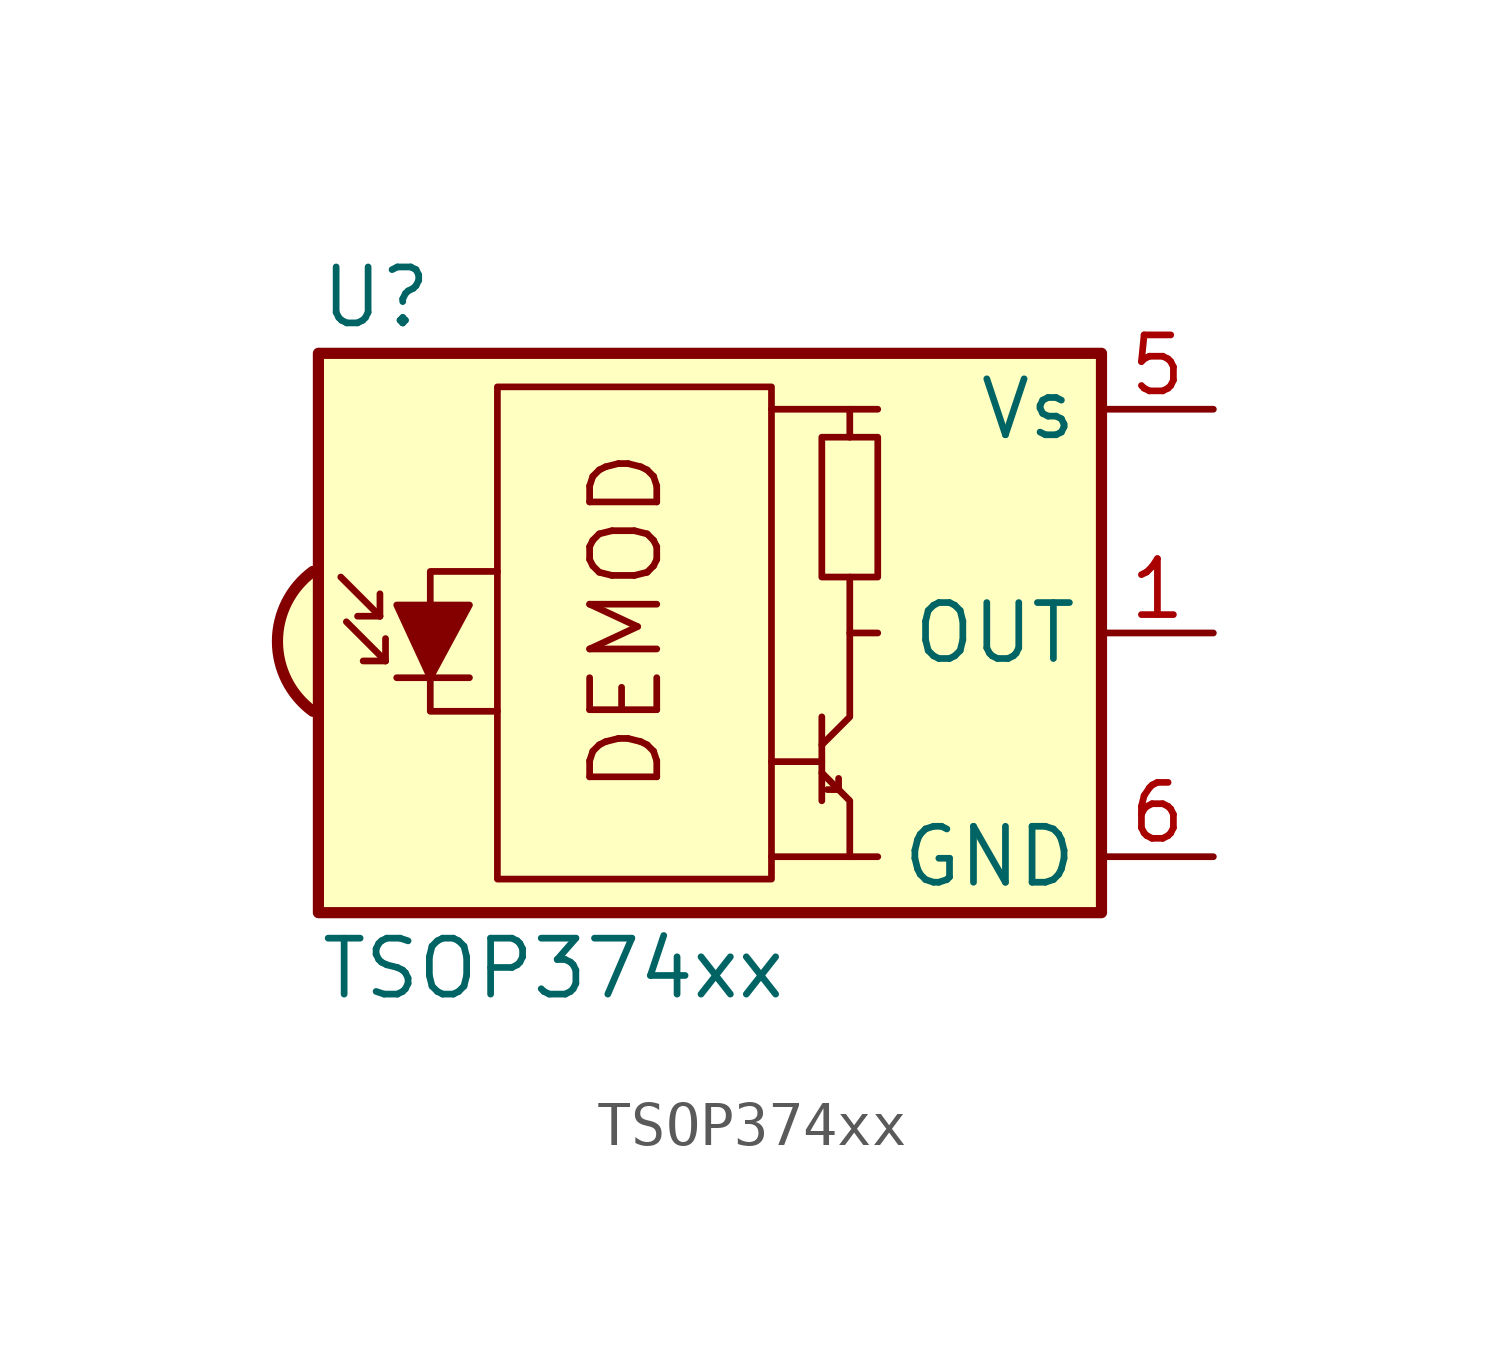
<source format=kicad_sym>
(kicad_symbol_lib
  (version 20241209)
  (generator "kicad_symbol_editor")
  (generator_version "9.0")
  (symbol "TSOP374xx"
    (property "Reference" "U"
      (at -10.16 7.62 0)
      (effects (font (size 1.27 1.27)) (justify left)))
    (property "Value" "TSOP374xx"
      (at -10.16 -7.62 0)
      (effects (font (size 1.27 1.27)) (justify left)))
    (symbol "TSOP374xx_0_0"
      (arc (start -10.287 -1.778) (mid -11.0899 -0.1905) (end -10.287 1.397) (stroke (width 0.254) (type default)) (fill (type background)))
      (polyline (pts (xy 1.905 5.08) (xy 0.127 5.08)) (stroke (width 0) (type default)) (fill (type none)))
      (polyline (pts (xy 1.905 -5.08) (xy 0.127 -5.08)) (stroke (width 0) (type default)) (fill (type none)))
      (text "DEMOD" (at -3.175 0.254 900) (effects (font (size 1.524 1.524)))))
    (symbol "TSOP374xx_0_1"
      (polyline (pts (xy -8.763 0.381) (xy -9.652 1.27)) (stroke (width 0) (type default)) (fill (type none)))
      (polyline (pts (xy -8.763 0.381) (xy -9.271 0.381)) (stroke (width 0) (type default)) (fill (type none)))
      (polyline (pts (xy -8.763 0.381) (xy -8.763 0.889)) (stroke (width 0) (type default)) (fill (type none)))
      (polyline (pts (xy -8.636 -0.635) (xy -9.525 0.254)) (stroke (width 0) (type default)) (fill (type none)))
      (polyline (pts (xy -8.636 -0.635) (xy -9.144 -0.635)) (stroke (width 0) (type default)) (fill (type none)))
      (polyline (pts (xy -8.636 -0.635) (xy -8.636 -0.127)) (stroke (width 0) (type default)) (fill (type none)))
      (polyline (pts (xy -8.382 0.635) (xy -6.731 0.635) (xy -7.62 -1.016) (xy -8.382 0.635)) (stroke (width 0) (type default)) (fill (type outline)))
      (polyline (pts (xy -8.382 -1.016) (xy -6.731 -1.016)) (stroke (width 0) (type default)) (fill (type none)))
      (rectangle (start -6.096 5.588) (end 0.127 -5.588) (stroke (width 0) (type default)) (fill (type none)))
      (polyline (pts (xy -6.096 1.397) (xy -7.62 1.397) (xy -7.62 -1.778) (xy -6.096 -1.778)) (stroke (width 0) (type default)) (fill (type none)))
      (polyline (pts (xy 1.27 -1.905) (xy 1.27 -3.81)) (stroke (width 0) (type default)) (fill (type none)))
      (polyline (pts (xy 1.27 -2.54) (xy 1.905 -1.905) (xy 1.905 0) (xy 2.54 0)) (stroke (width 0) (type default)) (fill (type none)))
      (polyline (pts (xy 1.27 -2.921) (xy 0.127 -2.921)) (stroke (width 0) (type default)) (fill (type none)))
      (polyline (pts (xy 1.27 -3.175) (xy 1.905 -3.81) (xy 1.905 -5.08) (xy 2.54 -5.08)) (stroke (width 0) (type default)) (fill (type none)))
      (polyline (pts (xy 1.397 -3.556) (xy 1.524 -3.556)) (stroke (width 0) (type default)) (fill (type none)))
      (polyline (pts (xy 1.651 -3.556) (xy 1.524 -3.556)) (stroke (width 0) (type default)) (fill (type none)))
      (polyline (pts (xy 1.651 -3.556) (xy 1.651 -3.302)) (stroke (width 0) (type default)) (fill (type none)))
      (polyline (pts (xy 1.905 4.445) (xy 1.905 5.08) (xy 2.54 5.08)) (stroke (width 0) (type default)) (fill (type none)))
      (polyline (pts (xy 1.905 0) (xy 1.905 1.27)) (stroke (width 0) (type default)) (fill (type none)))
      (rectangle (start 2.54 1.27) (end 1.27 4.445) (stroke (width 0) (type default)) (fill (type none)))
      (rectangle (start 7.62 6.35) (end -10.16 -6.35) (stroke (width 0.254) (type default)) (fill (type background))))
    (symbol "TSOP374xx_1_1"
      (pin power_in line (at 10.16 5.08 180) (length 2.54) (name "Vs" (effects (font (size 1.27 1.27)))) (number "5" (effects (font (size 1.27 1.27)))))
      (pin output line (at 10.16 0 180) (length 2.54) (name "OUT" (effects (font (size 1.27 1.27)))) (number "1" (effects (font (size 1.27 1.27)))))
      (pin power_in line (at 10.16 -5.08 180) (length 2.54) (name "GND" (effects (font (size 1.27 1.27)))) (number "6" (effects (font (size 1.27 1.27)))))
      (pin power_in line (at 10.16 -5.08 180) (length 2.54) (hide yes) (name "GND" (effects (font (size 1.27 1.27)))) (number "8" (effects (font (size 1.27 1.27))))))))
</source>
